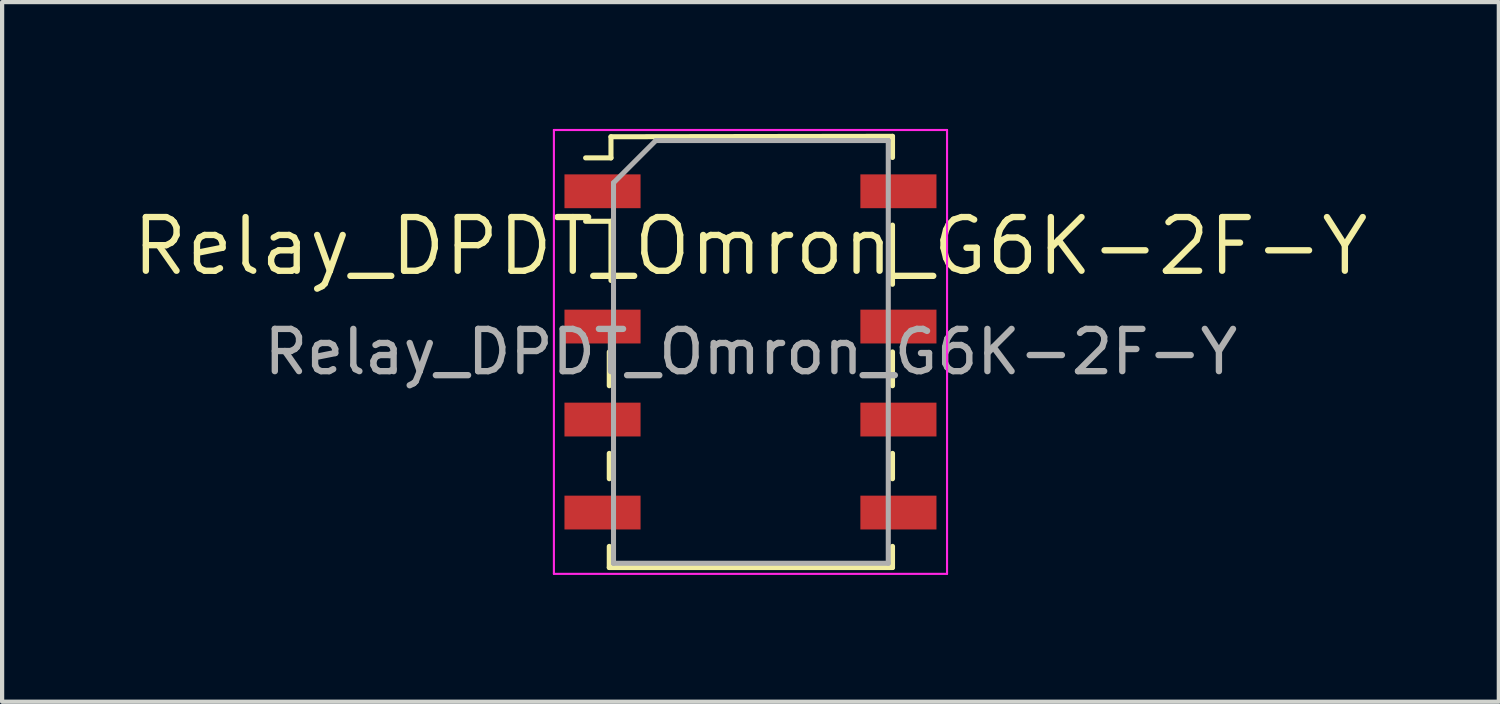
<source format=kicad_pcb>
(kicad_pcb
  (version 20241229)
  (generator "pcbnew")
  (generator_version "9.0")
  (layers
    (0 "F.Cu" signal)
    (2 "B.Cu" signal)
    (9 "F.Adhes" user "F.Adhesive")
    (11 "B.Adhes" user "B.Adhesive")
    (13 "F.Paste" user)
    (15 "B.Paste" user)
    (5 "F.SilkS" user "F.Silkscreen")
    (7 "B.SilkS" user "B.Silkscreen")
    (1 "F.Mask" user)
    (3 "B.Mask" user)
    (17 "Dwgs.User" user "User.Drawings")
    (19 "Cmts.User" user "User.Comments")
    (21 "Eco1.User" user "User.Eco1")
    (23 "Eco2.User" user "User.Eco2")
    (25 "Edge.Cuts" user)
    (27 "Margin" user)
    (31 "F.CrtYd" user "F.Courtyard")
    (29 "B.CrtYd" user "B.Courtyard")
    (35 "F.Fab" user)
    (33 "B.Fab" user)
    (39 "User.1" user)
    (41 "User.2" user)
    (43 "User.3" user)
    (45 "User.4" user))
  (footprint "Relay_DPDT_Omron_G6K-2F-Y"
    (layer "F.Cu")
    (at 14.703 5.275)
    (property "Reference" "Relay_DPDT_Omron_G6K-2F-Y" (at 0 -2.5 0) (unlocked yes) (layer "F.SilkS") (effects (font (size 1.27 1.27) (thickness 0.15))))
    (attr smd)
    (fp_line (start -3.34 0.8) (end -3.34 0) (stroke (width 0.12) (type solid)) (layer "F.SilkS"))
    (fp_line (start -3.34 3) (end -3.34 2.4) (stroke (width 0.12) (type solid)) (layer "F.SilkS"))
    (fp_line (start -3.34 5.1) (end -3.34 4.6) (stroke (width 0.12) (type solid)) (layer "F.SilkS"))
    (fp_line (start -3.3 -5.09) (end -3.3 -4.59) (stroke (width 0.12) (type solid)) (layer "F.SilkS"))
    (fp_line (start -3.3 -5.09) (end 3.36 -5.1) (stroke (width 0.12) (type solid)) (layer "F.SilkS"))
    (fp_line (start -3.3 -4.59) (end -3.9 -4.59) (stroke (width 0.12) (type solid)) (layer "F.SilkS"))
    (fp_line (start -3.3 -3.09) (end -3.9 -3.09) (stroke (width 0.12) (type solid)) (layer "F.SilkS"))
    (fp_line (start -3.3 -1.69) (end -3.3 -3.09) (stroke (width 0.12) (type solid)) (layer "F.SilkS"))
    (fp_line (start 3.36 -5.1) (end 3.36 -4.6) (stroke (width 0.12) (type solid)) (layer "F.SilkS"))
    (fp_line (start 3.36 -3) (end 3.36 -1.6) (stroke (width 0.12) (type solid)) (layer "F.SilkS"))
    (fp_line (start 3.36 0) (end 3.36 0.8) (stroke (width 0.12) (type solid)) (layer "F.SilkS"))
    (fp_line (start 3.36 2.4) (end 3.36 3) (stroke (width 0.12) (type solid)) (layer "F.SilkS"))
    (fp_line (start 3.36 4.6) (end 3.36 5.1) (stroke (width 0.12) (type solid)) (layer "F.SilkS"))
    (fp_line (start 3.36 5.1) (end -3.34 5.1) (stroke (width 0.12) (type solid)) (layer "F.SilkS"))
    (fp_line (start -4.65 -5.25) (end -4.65 5.25) (stroke (width 0.05) (type solid)) (layer "F.CrtYd"))
    (fp_line (start -4.65 -5.25) (end 4.65 -5.25) (stroke (width 0.05) (type solid)) (layer "F.CrtYd"))
    (fp_line (start 4.65 5.25) (end -4.65 5.25) (stroke (width 0.05) (type solid)) (layer "F.CrtYd"))
    (fp_line (start 4.65 5.25) (end 4.65 -5.25) (stroke (width 0.05) (type solid)) (layer "F.CrtYd"))
    (fp_line (start -3.24 -4) (end -2.24 -5) (stroke (width 0.12) (type solid)) (layer "F.Fab"))
    (fp_line (start -3.24 5) (end -3.24 -4) (stroke (width 0.12) (type solid)) (layer "F.Fab"))
    (fp_line (start -2.24 -5) (end 3.26 -5) (stroke (width 0.12) (type solid)) (layer "F.Fab"))
    (fp_line (start 3.26 -5) (end 3.26 5) (stroke (width 0.12) (type solid)) (layer "F.Fab"))
    (fp_line (start 3.26 5) (end -3.24 5) (stroke (width 0.12) (type solid)) (layer "F.Fab"))
    (fp_text user "${REFERENCE}" (at 0.01 0 0) (layer "F.Fab") (effects (font (size 1 1) (thickness 0.15))))
    (pad "1" smd rect (at -3.5 -3.8) (size 1.8 0.8) (layers "F.Cu" "F.Mask" "F.Paste"))
    (pad "2" smd rect (at -3.5 -0.6) (size 1.8 0.8) (layers "F.Cu" "F.Mask" "F.Paste"))
    (pad "3" smd rect (at -3.5 1.6) (size 1.8 0.8) (layers "F.Cu" "F.Mask" "F.Paste"))
    (pad "4" smd rect (at -3.5 3.8) (size 1.8 0.8) (layers "F.Cu" "F.Mask" "F.Paste"))
    (pad "5" smd rect (at 3.5 3.8) (size 1.8 0.8) (layers "F.Cu" "F.Mask" "F.Paste"))
    (pad "6" smd rect (at 3.5 1.6) (size 1.8 0.8) (layers "F.Cu" "F.Mask" "F.Paste"))
    (pad "7" smd rect (at 3.5 -0.6) (size 1.8 0.8) (layers "F.Cu" "F.Mask" "F.Paste"))
    (pad "8" smd rect (at 3.5 -3.8) (size 1.8 0.8) (layers "F.Cu" "F.Mask" "F.Paste")))
  (gr_rect
    (start -3 -3)
    (end 32.406 13.55)
    (stroke (width 0.1) (type default))
    (fill no)
    (layer "Edge.Cuts")))
</source>
